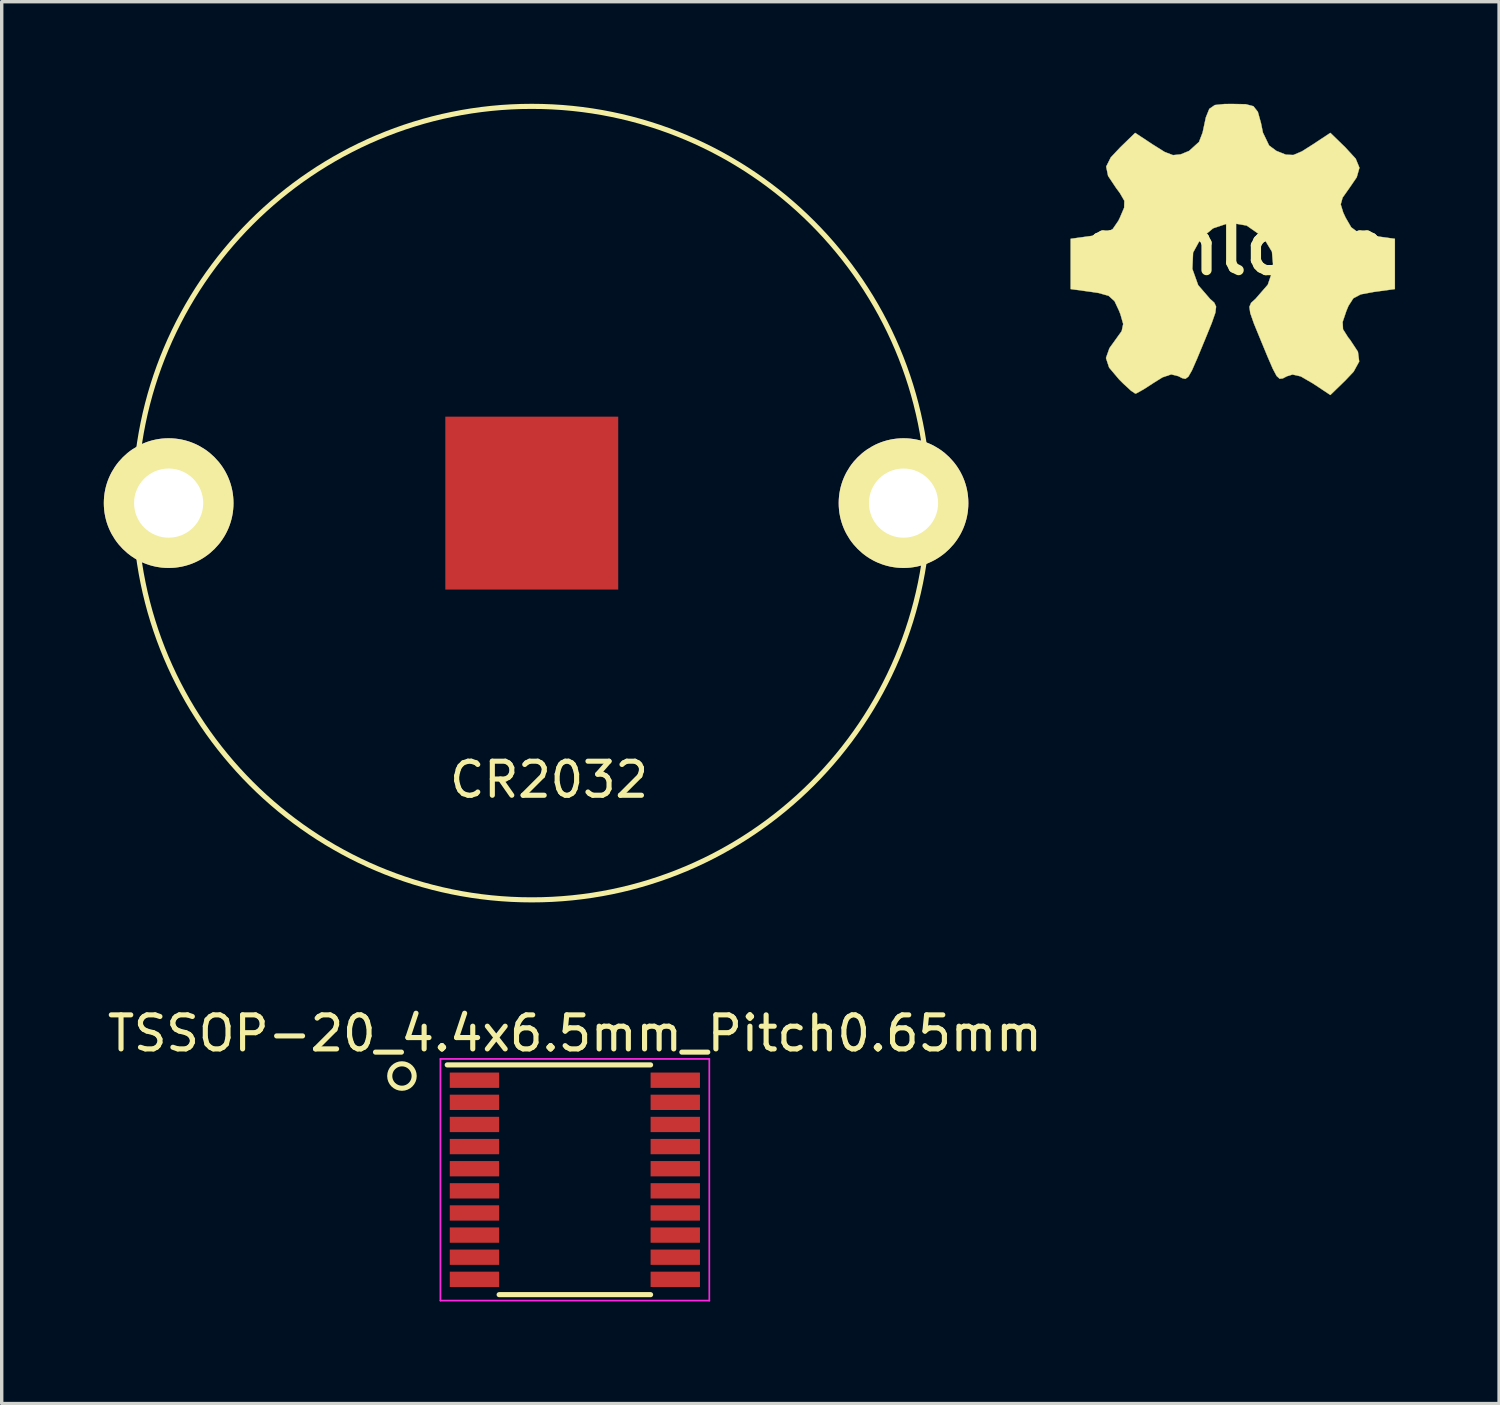
<source format=kicad_pcb>
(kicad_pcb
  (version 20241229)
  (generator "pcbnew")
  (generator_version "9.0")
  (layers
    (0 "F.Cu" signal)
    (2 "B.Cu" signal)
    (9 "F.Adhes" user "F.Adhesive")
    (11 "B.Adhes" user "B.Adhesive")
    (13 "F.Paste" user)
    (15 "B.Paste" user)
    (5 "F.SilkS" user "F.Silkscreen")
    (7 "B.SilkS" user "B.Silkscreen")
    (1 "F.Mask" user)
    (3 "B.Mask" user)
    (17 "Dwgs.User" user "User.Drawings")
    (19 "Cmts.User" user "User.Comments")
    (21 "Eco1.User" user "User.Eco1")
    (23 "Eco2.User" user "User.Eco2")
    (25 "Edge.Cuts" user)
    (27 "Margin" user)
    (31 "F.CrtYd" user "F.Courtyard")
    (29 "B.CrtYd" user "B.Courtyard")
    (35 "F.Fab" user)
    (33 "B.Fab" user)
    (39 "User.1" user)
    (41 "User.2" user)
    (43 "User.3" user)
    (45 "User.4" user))
  (footprint "TSSOP-20_4.4x6.5mm_Pitch0.65mm"
    (layer "F.Cu")
    (at 13.839 31.611)
    (property "Reference" "TSSOP-20_4.4x6.5mm_Pitch0.65mm" (at 0 -4.3 0) (layer "F.SilkS") (effects (font (size 1 1) (thickness 0.15))))
    (attr smd)
    (fp_line (start -3.75 -3.375) (end 2.225 -3.375) (stroke (width 0.15) (type solid)) (layer "F.SilkS"))
    (fp_line (start -2.225 3.375) (end 2.225 3.375) (stroke (width 0.15) (type solid)) (layer "F.SilkS"))
    (fp_circle (center -5.08 -3.048) (end -4.826 -2.794) (stroke (width 0.15) (type solid)) (fill no) (layer "F.SilkS"))
    (fp_line (start -3.95 -3.55) (end -3.95 3.55) (stroke (width 0.05) (type solid)) (layer "F.CrtYd"))
    (fp_line (start -3.95 -3.55) (end 3.95 -3.55) (stroke (width 0.05) (type solid)) (layer "F.CrtYd"))
    (fp_line (start -3.95 3.55) (end 3.95 3.55) (stroke (width 0.05) (type solid)) (layer "F.CrtYd"))
    (fp_line (start 3.95 -3.55) (end 3.95 3.55) (stroke (width 0.05) (type solid)) (layer "F.CrtYd"))
    (pad "1" smd rect (at -2.95 -2.925) (size 1.45 0.45) (layers "F.Cu" "F.Mask" "F.Paste"))
    (pad "2" smd rect (at -2.95 -2.275) (size 1.45 0.45) (layers "F.Cu" "F.Mask" "F.Paste"))
    (pad "3" smd rect (at -2.95 -1.625) (size 1.45 0.45) (layers "F.Cu" "F.Mask" "F.Paste"))
    (pad "4" smd rect (at -2.95 -0.975) (size 1.45 0.45) (layers "F.Cu" "F.Mask" "F.Paste"))
    (pad "5" smd rect (at -2.95 -0.325) (size 1.45 0.45) (layers "F.Cu" "F.Mask" "F.Paste"))
    (pad "6" smd rect (at -2.95 0.325) (size 1.45 0.45) (layers "F.Cu" "F.Mask" "F.Paste"))
    (pad "7" smd rect (at -2.95 0.975) (size 1.45 0.45) (layers "F.Cu" "F.Mask" "F.Paste"))
    (pad "8" smd rect (at -2.95 1.625) (size 1.45 0.45) (layers "F.Cu" "F.Mask" "F.Paste"))
    (pad "9" smd rect (at -2.95 2.275) (size 1.45 0.45) (layers "F.Cu" "F.Mask" "F.Paste"))
    (pad "10" smd rect (at -2.95 2.925) (size 1.45 0.45) (layers "F.Cu" "F.Mask" "F.Paste"))
    (pad "11" smd rect (at 2.95 2.925) (size 1.45 0.45) (layers "F.Cu" "F.Mask" "F.Paste"))
    (pad "12" smd rect (at 2.95 2.275) (size 1.45 0.45) (layers "F.Cu" "F.Mask" "F.Paste"))
    (pad "13" smd rect (at 2.95 1.625) (size 1.45 0.45) (layers "F.Cu" "F.Mask" "F.Paste"))
    (pad "14" smd rect (at 2.95 0.975) (size 1.45 0.45) (layers "F.Cu" "F.Mask" "F.Paste"))
    (pad "15" smd rect (at 2.95 0.325) (size 1.45 0.45) (layers "F.Cu" "F.Mask" "F.Paste"))
    (pad "16" smd rect (at 2.95 -0.325) (size 1.45 0.45) (layers "F.Cu" "F.Mask" "F.Paste"))
    (pad "17" smd rect (at 2.95 -0.975) (size 1.45 0.45) (layers "F.Cu" "F.Mask" "F.Paste"))
    (pad "18" smd rect (at 2.95 -1.625) (size 1.45 0.45) (layers "F.Cu" "F.Mask" "F.Paste"))
    (pad "19" smd rect (at 2.95 -2.275) (size 1.45 0.45) (layers "F.Cu" "F.Mask" "F.Paste"))
    (pad "20" smd rect (at 2.95 -2.925) (size 1.45 0.45) (layers "F.Cu" "F.Mask" "F.Paste")))
  (footprint "oshlogo"
    (layer "F.Cu")
    (at 33.231 4.196)
    (property "Reference" "oshlogo" (at 0 0 0) (layer "F.SilkS") (effects (font (size 1.524 1.524) (thickness 0.3))))
    (attr through_hole)
    (fp_poly (pts (xy 0.318 -4.184) (xy 0.544 -4.125) (xy 0.674 -3.959) (xy 0.765 -3.631) (xy 0.822 -3.351) (xy 1.005 -2.97) (xy 1.219 -2.812) (xy 1.497 -2.702) (xy 1.716 -2.692) (xy 1.969 -2.799) (xy 2.294 -3.005) (xy 2.804 -3.342) (xy 3.243 -2.916) (xy 3.549 -2.583) (xy 3.658 -2.317) (xy 3.578 -2.037) (xy 3.361 -1.72) (xy 3.163 -1.44) (xy 3.108 -1.241) (xy 3.181 -1.003) (xy 3.253 -0.849) (xy 3.416 -0.568) (xy 3.62 -0.416) (xy 3.958 -0.333) (xy 4.083 -0.315) (xy 4.699 -0.23) (xy 4.699 1.246) (xy 4.079 1.331) (xy 3.697 1.402) (xy 3.479 1.517) (xy 3.336 1.74) (xy 3.273 1.892) (xy 3.164 2.214) (xy 3.176 2.429) (xy 3.324 2.664) (xy 3.384 2.739) (xy 3.614 3.088) (xy 3.651 3.375) (xy 3.488 3.672) (xy 3.243 3.932) (xy 2.804 4.358) (xy 2.289 4.017) (xy 1.935 3.812) (xy 1.693 3.757) (xy 1.529 3.807) (xy 1.407 3.871) (xy 1.315 3.881) (xy 1.226 3.8) (xy 1.115 3.591) (xy 0.953 3.217) (xy 0.758 2.745) (xy 0.559 2.26) (xy 0.451 1.952) (xy 0.426 1.768) (xy 0.476 1.651) (xy 0.594 1.544) (xy 0.601 1.539) (xy 0.966 1.119) (xy 1.13 0.635) (xy 1.088 0.149) (xy 0.831 -0.278) (xy 0.821 -0.288) (xy 0.345 -0.62) (xy -0.151 -0.703) (xy -0.642 -0.538) (xy -1.004 -0.238) (xy -1.229 0.174) (xy -1.251 0.653) (xy -1.08 1.131) (xy -0.728 1.539) (xy -0.728 1.539) (xy -0.607 1.646) (xy -0.553 1.762) (xy -0.575 1.942) (xy -0.68 2.242) (xy -0.874 2.719) (xy -0.885 2.745) (xy -1.11 3.288) (xy -1.262 3.634) (xy -1.368 3.82) (xy -1.456 3.884) (xy -1.551 3.863) (xy -1.659 3.806) (xy -1.871 3.753) (xy -2.128 3.84) (xy -2.379 3.996) (xy -2.679 4.19) (xy -2.885 4.305) (xy -2.926 4.318) (xy -3.05 4.235) (xy -3.279 4.024) (xy -3.404 3.899) (xy -3.696 3.552) (xy -3.788 3.272) (xy -3.686 2.982) (xy -3.511 2.739) (xy -3.326 2.481) (xy -3.282 2.272) (xy -3.363 1.989) (xy -3.4 1.892) (xy -3.537 1.601) (xy -3.711 1.444) (xy -4.008 1.361) (xy -4.206 1.331) (xy -4.826 1.246) (xy -4.826 -0.23) (xy -4.21 -0.315) (xy -3.82 -0.39) (xy -3.59 -0.517) (xy -3.425 -0.757) (xy -3.38 -0.849) (xy -3.254 -1.144) (xy -3.248 -1.347) (xy -3.379 -1.574) (xy -3.488 -1.72) (xy -3.726 -2.078) (xy -3.782 -2.351) (xy -3.647 -2.621) (xy -3.37 -2.916) (xy -2.931 -3.342) (xy -2.421 -3.005) (xy -2.062 -2.78) (xy -1.819 -2.688) (xy -1.597 -2.71) (xy -1.346 -2.812) (xy -1.054 -3.077) (xy -0.949 -3.351) (xy -0.854 -3.796) (xy -0.753 -4.047) (xy -0.589 -4.16) (xy -0.303 -4.19) (xy -0.064 -4.191) (xy 0.318 -4.184)) (stroke (width 0.01) (type solid)) (fill yes) (layer "F.SilkS")))
  (footprint "CR2032"
    (layer "F.Cu")
    (at 12.319 11.477)
    (property "Reference" "CR2032" (at 0.762 8.382 0) (layer "F.SilkS") (effects (font (size 1 1) (thickness 0.15))))
    (attr through_hole)
    (fp_circle (center 0.254 0.254) (end -3.414 11.318) (stroke (width 0.15) (type solid)) (fill no) (layer "F.SilkS"))
    (pad "1" thru_hole circle (at -10.414 0.254) (size 3.81 3.81) (drill 2.032) (layers "*.Cu" "*.Mask" "F.SilkS"))
    (pad "1" thru_hole circle (at 11.176 0.254) (size 3.81 3.81) (drill 2.032) (layers "*.Cu" "*.Mask" "F.SilkS"))
    (pad "2" smd rect (at 0.254 0.254) (size 5.08 5.08) (layers "F.Cu" "F.Mask" "F.Paste")))
  (gr_rect
    (start -3 -3)
    (end 40.992 38.186)
    (stroke (width 0.1) (type default))
    (fill no)
    (layer "Edge.Cuts")))
</source>
